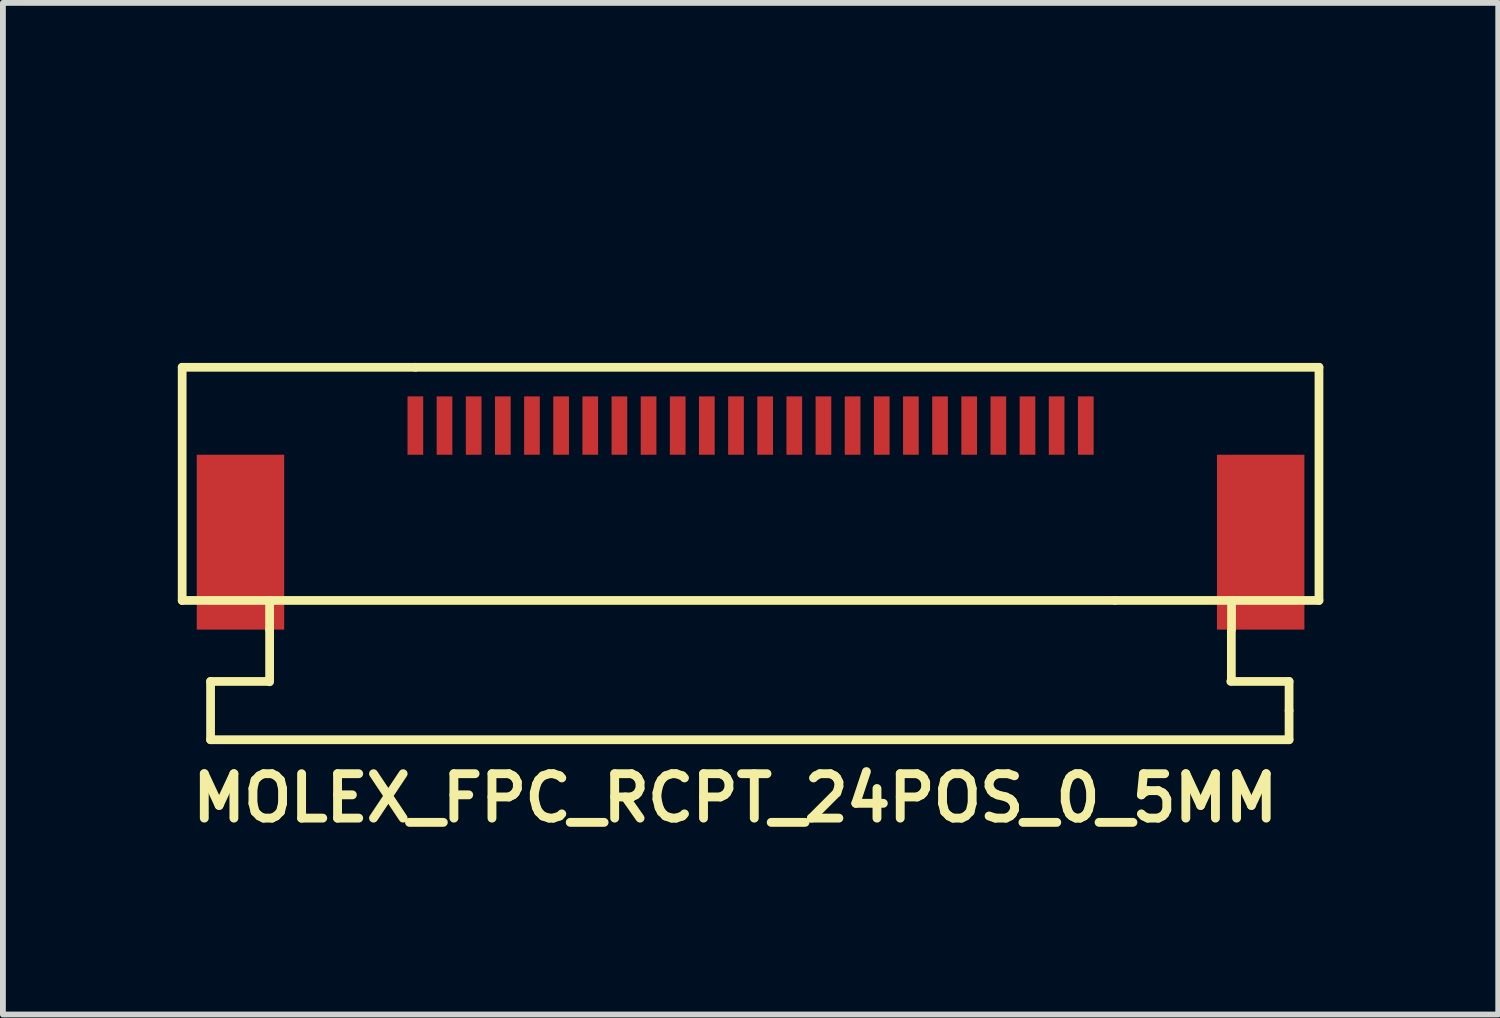
<source format=kicad_pcb>
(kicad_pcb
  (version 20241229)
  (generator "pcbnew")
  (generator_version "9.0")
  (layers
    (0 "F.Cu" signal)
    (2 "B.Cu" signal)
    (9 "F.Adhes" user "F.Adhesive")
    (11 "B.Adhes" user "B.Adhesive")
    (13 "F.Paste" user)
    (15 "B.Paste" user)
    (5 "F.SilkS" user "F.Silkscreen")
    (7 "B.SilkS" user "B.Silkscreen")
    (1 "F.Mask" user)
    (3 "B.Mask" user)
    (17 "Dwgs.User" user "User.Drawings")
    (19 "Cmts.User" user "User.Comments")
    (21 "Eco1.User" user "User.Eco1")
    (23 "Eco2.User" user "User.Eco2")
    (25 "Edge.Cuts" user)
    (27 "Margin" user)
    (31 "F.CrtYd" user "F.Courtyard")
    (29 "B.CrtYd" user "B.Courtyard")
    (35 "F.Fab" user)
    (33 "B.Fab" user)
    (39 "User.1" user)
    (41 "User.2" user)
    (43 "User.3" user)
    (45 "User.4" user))
  (footprint "MOLEX_FPC_RCPT_24POS_0_5MM"
    (layer "F.Cu")
    (at 5.575 0.25)
    (property "Reference" "MOLEX_FPC_RCPT_24POS_0_5MM" (at 3.987 10.389 0) (layer "F.SilkS") (effects (font (size 0.762 0.762) (thickness 0.152))))
    (attr smd)
    (fp_line (start -5.5 3) (end -5.5 7) (stroke (width 0.15) (type solid)) (layer "F.SilkS"))
    (fp_line (start -5.5 7) (end 10.5 7) (stroke (width 0.15) (type solid)) (layer "F.SilkS"))
    (fp_line (start -5.013 8.389) (end -5.013 9.389) (stroke (width 0.15) (type solid)) (layer "F.SilkS"))
    (fp_line (start -5.013 9.389) (end 13.487 9.389) (stroke (width 0.15) (type solid)) (layer "F.SilkS"))
    (fp_line (start -4.013 8.389) (end -5.013 8.389) (stroke (width 0.15) (type solid)) (layer "F.SilkS"))
    (fp_line (start -4 7.493) (end -4 8.395) (stroke (width 0.15) (type solid)) (layer "F.SilkS"))
    (fp_line (start -4 7) (end -4 7.5) (stroke (width 0.15) (type solid)) (layer "F.SilkS"))
    (fp_line (start -1.5 3) (end -5.5 3) (stroke (width 0.15) (type solid)) (layer "F.SilkS"))
    (fp_line (start -1.5 3) (end 14 3) (stroke (width 0.15) (type solid)) (layer "F.SilkS"))
    (fp_line (start 12.497 7.531) (end 12.497 8.382) (stroke (width 0.15) (type solid)) (layer "F.SilkS"))
    (fp_line (start 12.5 7.5) (end 12.5 7) (stroke (width 0.15) (type solid)) (layer "F.SilkS"))
    (fp_line (start 13.487 8.389) (end 12.487 8.389) (stroke (width 0.15) (type solid)) (layer "F.SilkS"))
    (fp_line (start 13.487 8.889) (end 13.487 8.389) (stroke (width 0.15) (type solid)) (layer "F.SilkS"))
    (fp_line (start 13.487 9.389) (end 13.487 8.889) (stroke (width 0.15) (type solid)) (layer "F.SilkS"))
    (fp_line (start 14 3) (end 14 7) (stroke (width 0.15) (type solid)) (layer "F.SilkS"))
    (fp_line (start 14 7) (end 10.5 7) (stroke (width 0.15) (type solid)) (layer "F.SilkS"))
    (pad "1" smd rect (at 10 4 180) (size 0.269 1.001) (layers "F.Cu" "F.Mask" "F.Paste"))
    (pad "2" smd rect (at 9.5 4 180) (size 0.269 1.001) (layers "F.Cu" "F.Mask" "F.Paste"))
    (pad "3" smd rect (at 9 4 180) (size 0.269 1.001) (layers "F.Cu" "F.Mask" "F.Paste"))
    (pad "4" smd rect (at 8.5 4 180) (size 0.269 1.001) (layers "F.Cu" "F.Mask" "F.Paste"))
    (pad "5" smd rect (at 8 4 180) (size 0.269 1.001) (layers "F.Cu" "F.Mask" "F.Paste"))
    (pad "6" smd rect (at 7.5 4 180) (size 0.269 1.001) (layers "F.Cu" "F.Mask" "F.Paste"))
    (pad "7" smd rect (at 7 4 180) (size 0.269 1.001) (layers "F.Cu" "F.Mask" "F.Paste"))
    (pad "8" smd rect (at 6.5 4 180) (size 0.269 1.001) (layers "F.Cu" "F.Mask" "F.Paste"))
    (pad "9" smd rect (at 6 4 180) (size 0.269 1.001) (layers "F.Cu" "F.Mask" "F.Paste"))
    (pad "10" smd rect (at 5.5 4 180) (size 0.269 1.001) (layers "F.Cu" "F.Mask" "F.Paste"))
    (pad "11" smd rect (at 5 4 180) (size 0.269 1.001) (layers "F.Cu" "F.Mask" "F.Paste"))
    (pad "12" smd rect (at 4.5 4 180) (size 0.269 1.001) (layers "F.Cu" "F.Mask" "F.Paste"))
    (pad "13" smd rect (at 4 4 180) (size 0.269 1.001) (layers "F.Cu" "F.Mask" "F.Paste"))
    (pad "14" smd rect (at 3.5 4 180) (size 0.269 1.001) (layers "F.Cu" "F.Mask" "F.Paste"))
    (pad "15" smd rect (at 3 4 180) (size 0.269 1.001) (layers "F.Cu" "F.Mask" "F.Paste"))
    (pad "16" smd rect (at 2.5 4 180) (size 0.269 1.001) (layers "F.Cu" "F.Mask" "F.Paste"))
    (pad "17" smd rect (at 2 4 180) (size 0.269 1.001) (layers "F.Cu" "F.Mask" "F.Paste"))
    (pad "18" smd rect (at 1.5 4 180) (size 0.269 1.001) (layers "F.Cu" "F.Mask" "F.Paste"))
    (pad "19" smd rect (at 1 4 180) (size 0.269 1.001) (layers "F.Cu" "F.Mask" "F.Paste"))
    (pad "20" smd rect (at 0.5 4 180) (size 0.269 1.001) (layers "F.Cu" "F.Mask" "F.Paste"))
    (pad "21" smd rect (at 0 4 180) (size 0.269 1.001) (layers "F.Cu" "F.Mask" "F.Paste"))
    (pad "22" smd rect (at -0.5 4 180) (size 0.269 1.001) (layers "F.Cu" "F.Mask" "F.Paste"))
    (pad "23" smd rect (at -1 4 180) (size 0.269 1.001) (layers "F.Cu" "F.Mask" "F.Paste"))
    (pad "24" smd rect (at -1.5 4 180) (size 0.269 1.001) (layers "F.Cu" "F.Mask" "F.Paste"))
    (pad "M1" smd rect (at -4.5 6) (size 1.5 3) (layers "F.Cu" "F.Mask" "F.Paste"))
    (pad "M2" smd rect (at 13 6) (size 1.5 3) (layers "F.Cu" "F.Mask" "F.Paste")))
  (gr_rect
    (start -3 -3)
    (end 22.65 14.352)
    (stroke (width 0.1) (type default))
    (fill no)
    (layer "Edge.Cuts")))
</source>
